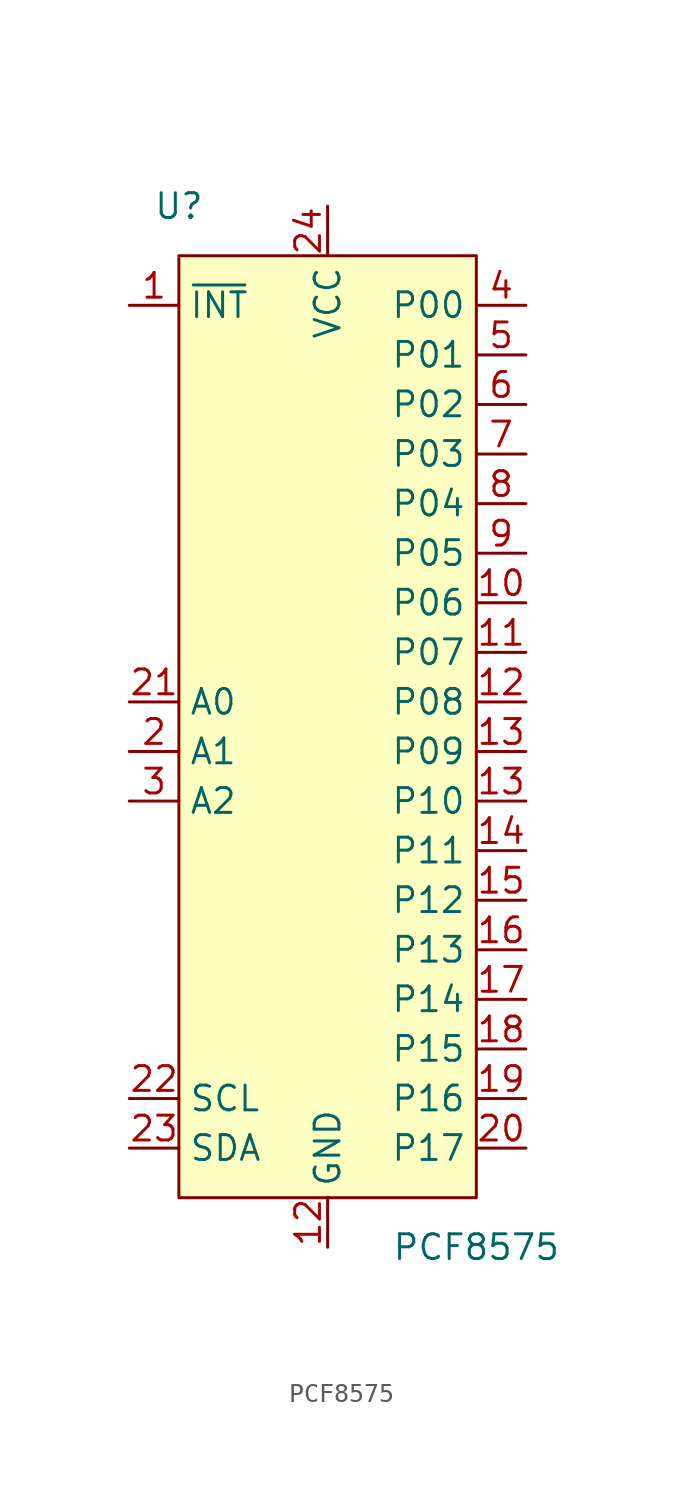
<source format=kicad_sym>
(kicad_symbol_lib
  (version 20211014)
  (generator kicad_symbol_editor)
  (symbol "PCF8575"
    (property "Reference" "U"
      (at -7.62 27.94 0)
      (effects (font (size 1.27 1.27))))
    (property "Value" "PCF8575"
      (at 7.62 -25.4 0)
      (effects (font (size 1.27 1.27))))
    (symbol "PCF8575_0_0"
      (pin input line (at 10.16 7.62 180) (length 2.54) (name "P06" (effects (font (size 1.27 1.27)))) (number "10" (effects (font (size 1.27 1.27)))))
      (pin input line (at 10.16 5.08 180) (length 2.54) (name "P07" (effects (font (size 1.27 1.27)))) (number "11" (effects (font (size 1.27 1.27)))))
      (pin input line (at 10.16 0 180) (length 2.54) (name "P09" (effects (font (size 1.27 1.27)))) (number "13" (effects (font (size 1.27 1.27)))))
      (pin input line (at 10.16 -2.54 180) (length 2.54) (name "P10" (effects (font (size 1.27 1.27)))) (number "13" (effects (font (size 1.27 1.27)))))
      (pin input line (at 10.16 -5.08 180) (length 2.54) (name "P11" (effects (font (size 1.27 1.27)))) (number "14" (effects (font (size 1.27 1.27)))))
      (pin input line (at 10.16 -10.16 180) (length 2.54) (name "P13" (effects (font (size 1.27 1.27)))) (number "16" (effects (font (size 1.27 1.27)))))
      (pin input line (at 10.16 -12.7 180) (length 2.54) (name "P14" (effects (font (size 1.27 1.27)))) (number "17" (effects (font (size 1.27 1.27)))))
      (pin input line (at 10.16 -15.24 180) (length 2.54) (name "P15" (effects (font (size 1.27 1.27)))) (number "18" (effects (font (size 1.27 1.27)))))
      (pin input line (at 10.16 -17.78 180) (length 2.54) (name "P16" (effects (font (size 1.27 1.27)))) (number "19" (effects (font (size 1.27 1.27)))))
      (pin input line (at 10.16 -20.32 180) (length 2.54) (name "P17" (effects (font (size 1.27 1.27)))) (number "20" (effects (font (size 1.27 1.27)))))
      (pin input line (at 10.16 20.32 180) (length 2.54) (name "P01" (effects (font (size 1.27 1.27)))) (number "5" (effects (font (size 1.27 1.27)))))
      (pin input line (at 10.16 17.78 180) (length 2.54) (name "P02" (effects (font (size 1.27 1.27)))) (number "6" (effects (font (size 1.27 1.27)))))
      (pin input line (at 10.16 15.24 180) (length 2.54) (name "P03" (effects (font (size 1.27 1.27)))) (number "7" (effects (font (size 1.27 1.27)))))
      (pin input line (at 10.16 10.16 180) (length 2.54) (name "P05" (effects (font (size 1.27 1.27)))) (number "9" (effects (font (size 1.27 1.27))))))
    (symbol "PCF8575_0_1"
      (rectangle (start -7.62 25.4) (end 7.62 -22.86) (stroke (width 0) (type default) (color 0 0 0 0)) (fill (type background))))
    (symbol "PCF8575_1_1"
      (pin input line (at -10.16 22.86 0) (length 2.54) (name "~{INT}" (effects (font (size 1.27 1.27)))) (number "1" (effects (font (size 1.27 1.27)))))
      (pin input line (at 0 -25.4 90) (length 2.54) (name "GND" (effects (font (size 1.27 1.27)))) (number "12" (effects (font (size 1.27 1.27)))))
      (pin input line (at 10.16 2.54 180) (length 2.54) (name "P08" (effects (font (size 1.27 1.27)))) (number "12" (effects (font (size 1.27 1.27)))))
      (pin input line (at 10.16 -7.62 180) (length 2.54) (name "P12" (effects (font (size 1.27 1.27)))) (number "15" (effects (font (size 1.27 1.27)))))
      (pin input line (at -10.16 0 0) (length 2.54) (name "A1" (effects (font (size 1.27 1.27)))) (number "2" (effects (font (size 1.27 1.27)))))
      (pin input line (at -10.16 2.54 0) (length 2.54) (name "A0" (effects (font (size 1.27 1.27)))) (number "21" (effects (font (size 1.27 1.27)))))
      (pin input line (at -10.16 -17.78 0) (length 2.54) (name "SCL" (effects (font (size 1.27 1.27)))) (number "22" (effects (font (size 1.27 1.27)))))
      (pin input line (at -10.16 -20.32 0) (length 2.54) (name "SDA" (effects (font (size 1.27 1.27)))) (number "23" (effects (font (size 1.27 1.27)))))
      (pin input line (at 0 27.94 270) (length 2.54) (name "VCC" (effects (font (size 1.27 1.27)))) (number "24" (effects (font (size 1.27 1.27)))))
      (pin input line (at -10.16 -2.54 0) (length 2.54) (name "A2" (effects (font (size 1.27 1.27)))) (number "3" (effects (font (size 1.27 1.27)))))
      (pin input line (at 10.16 22.86 180) (length 2.54) (name "P00" (effects (font (size 1.27 1.27)))) (number "4" (effects (font (size 1.27 1.27)))))
      (pin input line (at 10.16 12.7 180) (length 2.54) (name "P04" (effects (font (size 1.27 1.27)))) (number "8" (effects (font (size 1.27 1.27))))))))
</source>
